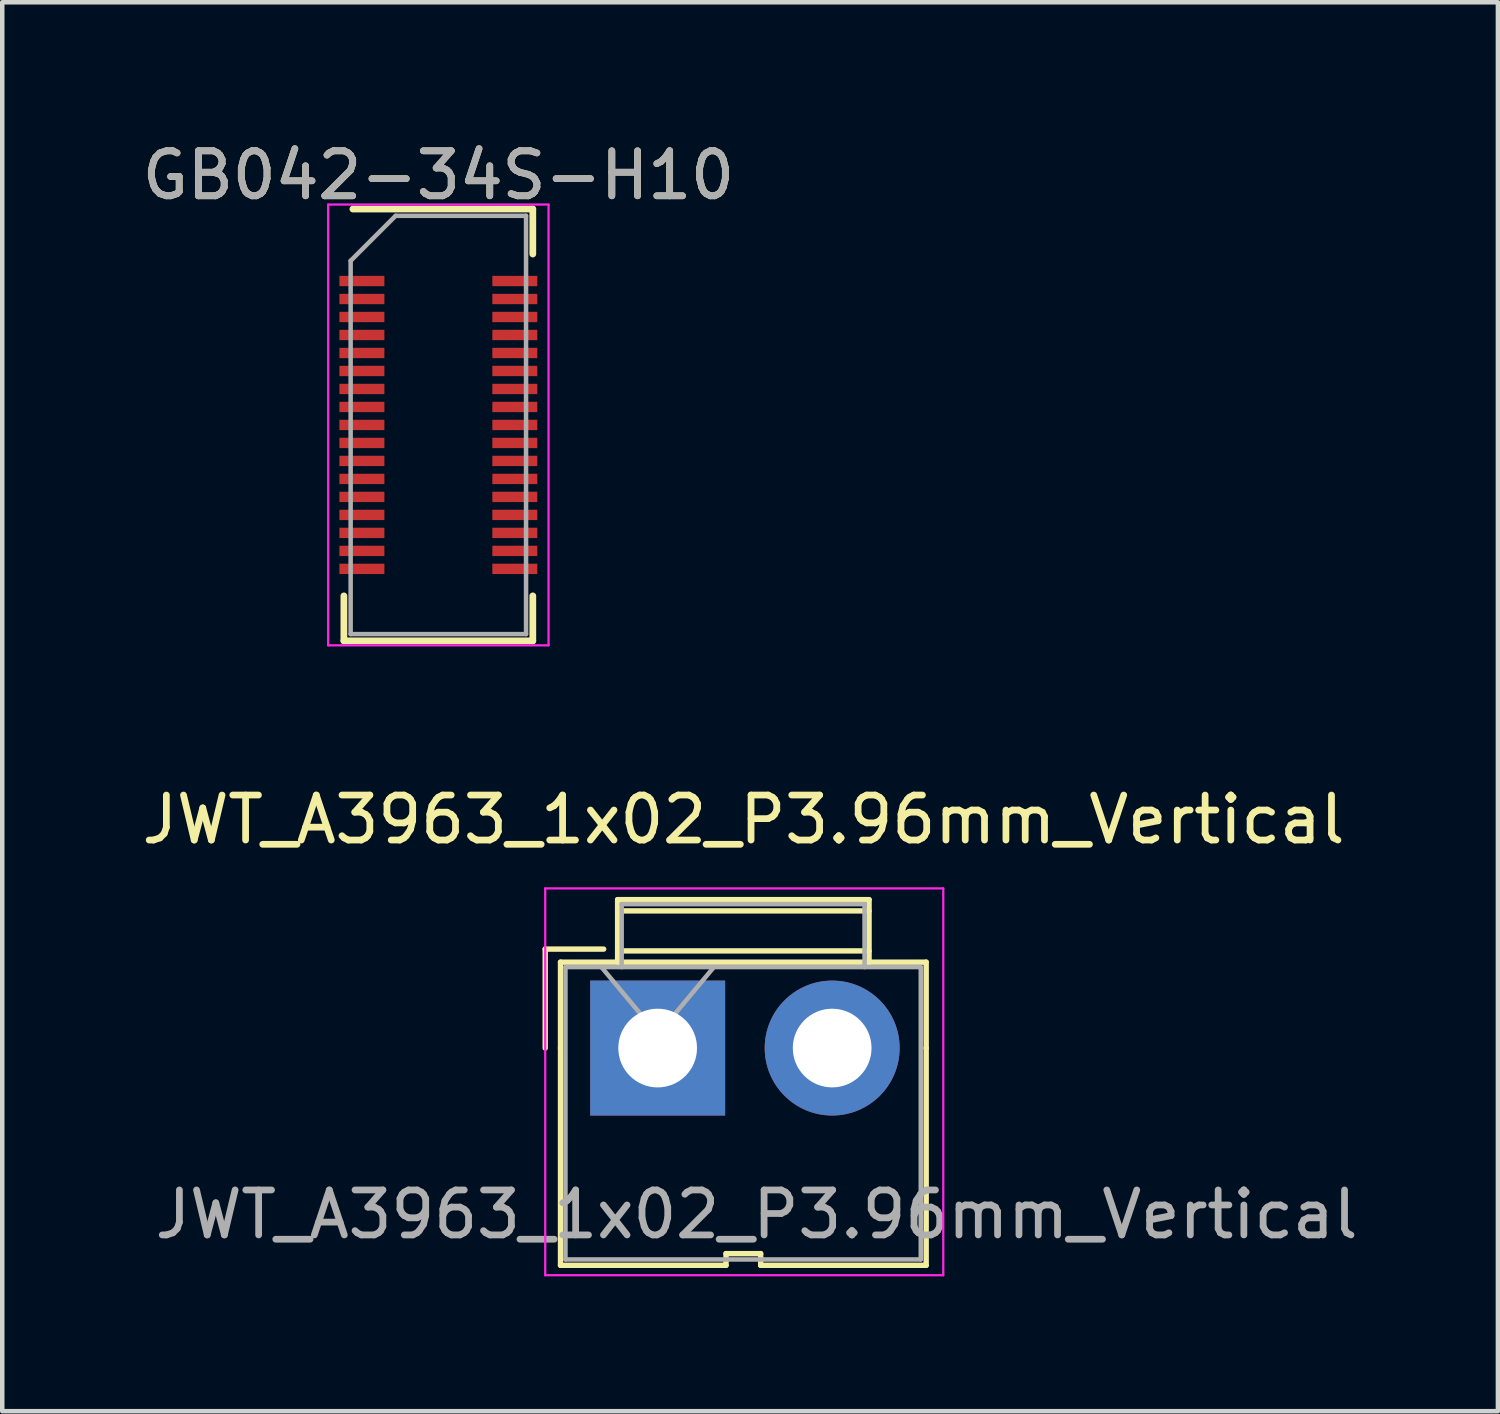
<source format=kicad_pcb>
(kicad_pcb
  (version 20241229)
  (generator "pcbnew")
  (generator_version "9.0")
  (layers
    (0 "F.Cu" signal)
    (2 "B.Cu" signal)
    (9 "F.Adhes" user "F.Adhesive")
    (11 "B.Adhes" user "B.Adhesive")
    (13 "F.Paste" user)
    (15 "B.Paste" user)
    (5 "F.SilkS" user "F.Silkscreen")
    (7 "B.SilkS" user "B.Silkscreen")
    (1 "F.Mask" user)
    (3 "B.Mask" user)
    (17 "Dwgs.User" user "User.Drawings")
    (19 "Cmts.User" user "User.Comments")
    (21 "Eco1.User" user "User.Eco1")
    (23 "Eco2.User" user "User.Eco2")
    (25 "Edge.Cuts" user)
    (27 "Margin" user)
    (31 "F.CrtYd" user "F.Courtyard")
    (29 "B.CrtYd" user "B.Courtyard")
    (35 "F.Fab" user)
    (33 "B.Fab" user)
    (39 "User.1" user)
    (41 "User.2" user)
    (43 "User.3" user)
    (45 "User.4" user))
  (footprint "GB042-34S-H10"
    (layer "F.Cu")
    (at 6.696 6.398)
    (property "Reference" "GB042-34S-H10" (at 0 -5.55 0) (layer "F.SilkS") (effects (font (size 1 1) (thickness 0.15))))
    (attr smd)
    (fp_line (start -2.1 4.8) (end -2.1 3.8) (stroke (width 0.15) (type solid)) (layer "F.SilkS"))
    (fp_line (start -1.9 -4.8) (end 2.1 -4.8) (stroke (width 0.15) (type solid)) (layer "F.SilkS"))
    (fp_line (start 2.1 -4.8) (end 2.1 -3.8) (stroke (width 0.15) (type solid)) (layer "F.SilkS"))
    (fp_line (start 2.1 4.8) (end -2.1 4.8) (stroke (width 0.15) (type solid)) (layer "F.SilkS"))
    (fp_line (start 2.1 4.8) (end 2.1 3.8) (stroke (width 0.15) (type solid)) (layer "F.SilkS"))
    (fp_line (start -2.45 -4.9) (end 2.45 -4.9) (stroke (width 0.05) (type solid)) (layer "F.CrtYd"))
    (fp_line (start -2.45 4.9) (end -2.45 -4.9) (stroke (width 0.05) (type solid)) (layer "F.CrtYd"))
    (fp_line (start 2.45 -4.9) (end 2.45 4.9) (stroke (width 0.05) (type solid)) (layer "F.CrtYd"))
    (fp_line (start 2.45 4.9) (end -2.45 4.9) (stroke (width 0.05) (type solid)) (layer "F.CrtYd"))
    (fp_line (start -1.95 -3.65) (end -0.95 -4.65) (stroke (width 0.1) (type solid)) (layer "F.Fab"))
    (fp_line (start -1.95 4.65) (end -1.95 -3.65) (stroke (width 0.1) (type solid)) (layer "F.Fab"))
    (fp_line (start -0.95 -4.65) (end 1.95 -4.65) (stroke (width 0.1) (type solid)) (layer "F.Fab"))
    (fp_line (start 1.95 -4.65) (end 1.95 4.65) (stroke (width 0.1) (type solid)) (layer "F.Fab"))
    (fp_line (start 1.95 4.65) (end -1.95 4.65) (stroke (width 0.1) (type solid)) (layer "F.Fab"))
    (fp_text user "${REFERENCE}" (at 0 -5.55 0) (layer "F.Fab") (effects (font (size 1 1) (thickness 0.15))))
    (pad "1" smd rect (at -1.7 -3.2 270) (size 0.23 1) (layers "F.Cu" "F.Mask" "F.Paste"))
    (pad "2" smd rect (at -1.7 -2.8 270) (size 0.23 1) (layers "F.Cu" "F.Mask" "F.Paste"))
    (pad "3" smd rect (at -1.7 -2.4 270) (size 0.23 1) (layers "F.Cu" "F.Mask" "F.Paste"))
    (pad "4" smd rect (at -1.7 -2 270) (size 0.23 1) (layers "F.Cu" "F.Mask" "F.Paste"))
    (pad "5" smd rect (at -1.7 -1.6 270) (size 0.23 1) (layers "F.Cu" "F.Mask" "F.Paste"))
    (pad "6" smd rect (at -1.7 -1.2 270) (size 0.23 1) (layers "F.Cu" "F.Mask" "F.Paste"))
    (pad "7" smd rect (at -1.7 -0.8 270) (size 0.23 1) (layers "F.Cu" "F.Mask" "F.Paste"))
    (pad "8" smd rect (at -1.7 -0.4 270) (size 0.23 1) (layers "F.Cu" "F.Mask" "F.Paste"))
    (pad "9" smd rect (at -1.7 0 270) (size 0.23 1) (layers "F.Cu" "F.Mask" "F.Paste"))
    (pad "10" smd rect (at -1.7 0.4 270) (size 0.23 1) (layers "F.Cu" "F.Mask" "F.Paste"))
    (pad "11" smd rect (at -1.7 0.8 270) (size 0.23 1) (layers "F.Cu" "F.Mask" "F.Paste"))
    (pad "12" smd rect (at -1.7 1.2 270) (size 0.23 1) (layers "F.Cu" "F.Mask" "F.Paste"))
    (pad "13" smd rect (at -1.7 1.6 270) (size 0.23 1) (layers "F.Cu" "F.Mask" "F.Paste"))
    (pad "14" smd rect (at -1.7 2 270) (size 0.23 1) (layers "F.Cu" "F.Mask" "F.Paste"))
    (pad "15" smd rect (at -1.7 2.4 270) (size 0.23 1) (layers "F.Cu" "F.Mask" "F.Paste"))
    (pad "16" smd rect (at -1.7 2.8 270) (size 0.23 1) (layers "F.Cu" "F.Mask" "F.Paste"))
    (pad "17" smd rect (at -1.7 3.2 270) (size 0.23 1) (layers "F.Cu" "F.Mask" "F.Paste"))
    (pad "18" smd rect (at 1.7 3.2 270) (size 0.23 1) (layers "F.Cu" "F.Mask" "F.Paste"))
    (pad "19" smd rect (at 1.7 2.8 270) (size 0.23 1) (layers "F.Cu" "F.Mask" "F.Paste"))
    (pad "20" smd rect (at 1.7 2.4 270) (size 0.23 1) (layers "F.Cu" "F.Mask" "F.Paste"))
    (pad "21" smd rect (at 1.7 2 270) (size 0.23 1) (layers "F.Cu" "F.Mask" "F.Paste"))
    (pad "22" smd rect (at 1.7 1.6 270) (size 0.23 1) (layers "F.Cu" "F.Mask" "F.Paste"))
    (pad "23" smd rect (at 1.7 1.2 270) (size 0.23 1) (layers "F.Cu" "F.Mask" "F.Paste"))
    (pad "24" smd rect (at 1.7 0.8 270) (size 0.23 1) (layers "F.Cu" "F.Mask" "F.Paste"))
    (pad "25" smd rect (at 1.7 0.4 270) (size 0.23 1) (layers "F.Cu" "F.Mask" "F.Paste"))
    (pad "26" smd rect (at 1.7 0 270) (size 0.23 1) (layers "F.Cu" "F.Mask" "F.Paste"))
    (pad "27" smd rect (at 1.7 -0.4 270) (size 0.23 1) (layers "F.Cu" "F.Mask" "F.Paste"))
    (pad "28" smd rect (at 1.7 -0.8 270) (size 0.23 1) (layers "F.Cu" "F.Mask" "F.Paste"))
    (pad "29" smd rect (at 1.7 -1.2 270) (size 0.23 1) (layers "F.Cu" "F.Mask" "F.Paste"))
    (pad "30" smd rect (at 1.7 -1.6 270) (size 0.23 1) (layers "F.Cu" "F.Mask" "F.Paste"))
    (pad "31" smd rect (at 1.7 -2 270) (size 0.23 1) (layers "F.Cu" "F.Mask" "F.Paste"))
    (pad "32" smd rect (at 1.7 -2.4 270) (size 0.23 1) (layers "F.Cu" "F.Mask" "F.Paste"))
    (pad "33" smd rect (at 1.7 -2.8 270) (size 0.23 1) (layers "F.Cu" "F.Mask" "F.Paste"))
    (pad "34" smd rect (at 1.7 -3.2 270) (size 0.23 1) (layers "F.Cu" "F.Mask" "F.Paste")))
  (footprint "JWT_A3963_1x02_P3.96mm_Vertical"
    (layer "F.Cu")
    (at 11.572 20.252)
    (property "Reference" "JWT_A3963_1x02_P3.96mm_Vertical" (at 1.91 -5.08 0) (layer "F.SilkS") (effects (font (size 1 1) (thickness 0.15))))
    (attr through_hole)
    (fp_line (start -2.5 -2.2) (end -2.5 0) (stroke (width 0.12) (type solid)) (layer "F.SilkS"))
    (fp_line (start -2.16 -1.91) (end -2.16 0) (stroke (width 0.12) (type solid)) (layer "F.SilkS"))
    (fp_line (start -2.16 -1.91) (end 5.97 -1.91) (stroke (width 0.12) (type solid)) (layer "F.SilkS"))
    (fp_line (start -2.16 0) (end -2.16 4.83) (stroke (width 0.12) (type solid)) (layer "F.SilkS"))
    (fp_line (start -1.2 -2.2) (end -2.5 -2.2) (stroke (width 0.12) (type solid)) (layer "F.SilkS"))
    (fp_line (start -0.89 -3.3) (end 4.7 -3.3) (stroke (width 0.12) (type solid)) (layer "F.SilkS"))
    (fp_line (start -0.89 -3.05) (end 4.7 -3.05) (stroke (width 0.12) (type solid)) (layer "F.SilkS"))
    (fp_line (start -0.89 -2.16) (end 4.7 -2.16) (stroke (width 0.12) (type solid)) (layer "F.SilkS"))
    (fp_line (start -0.89 -1.91) (end -0.89 -3.3) (stroke (width 0.12) (type solid)) (layer "F.SilkS"))
    (fp_line (start 1.52 4.57) (end 2.29 4.57) (stroke (width 0.12) (type solid)) (layer "F.SilkS"))
    (fp_line (start 1.52 4.83) (end -2.16 4.83) (stroke (width 0.12) (type solid)) (layer "F.SilkS"))
    (fp_line (start 1.52 4.83) (end 1.52 4.57) (stroke (width 0.12) (type solid)) (layer "F.SilkS"))
    (fp_line (start 2.29 4.57) (end 2.29 4.83) (stroke (width 0.12) (type solid)) (layer "F.SilkS"))
    (fp_line (start 2.29 4.83) (end 5.97 4.83) (stroke (width 0.12) (type solid)) (layer "F.SilkS"))
    (fp_line (start 4.7 -1.91) (end 4.7 -3.3) (stroke (width 0.12) (type solid)) (layer "F.SilkS"))
    (fp_line (start 5.97 -1.91) (end 5.97 0) (stroke (width 0.12) (type solid)) (layer "F.SilkS"))
    (fp_line (start 5.97 4.83) (end 5.97 0) (stroke (width 0.12) (type solid)) (layer "F.SilkS"))
    (fp_line (start -2.5 -3.55) (end 6.35 -3.55) (stroke (width 0.05) (type solid)) (layer "F.CrtYd"))
    (fp_line (start -2.5 5.05) (end -2.5 -3.55) (stroke (width 0.05) (type solid)) (layer "F.CrtYd"))
    (fp_line (start 6.35 -3.55) (end 6.35 5.05) (stroke (width 0.05) (type solid)) (layer "F.CrtYd"))
    (fp_line (start 6.35 5.05) (end -2.5 5.05) (stroke (width 0.05) (type solid)) (layer "F.CrtYd"))
    (fp_line (start -2.05 -1.8) (end 5.85 -1.8) (stroke (width 0.1) (type solid)) (layer "F.Fab"))
    (fp_line (start -2.05 4.7) (end -2.05 -1.8) (stroke (width 0.1) (type solid)) (layer "F.Fab"))
    (fp_line (start -1.25 -1.8) (end 0 -0.3) (stroke (width 0.1) (type solid)) (layer "F.Fab"))
    (fp_line (start -0.8 -3.2) (end 4.6 -3.2) (stroke (width 0.1) (type solid)) (layer "F.Fab"))
    (fp_line (start -0.8 -1.8) (end -0.8 -3.2) (stroke (width 0.1) (type solid)) (layer "F.Fab"))
    (fp_line (start 0 -0.3) (end 1.25 -1.8) (stroke (width 0.1) (type solid)) (layer "F.Fab"))
    (fp_line (start 4.6 -3.2) (end 4.6 -1.8) (stroke (width 0.1) (type solid)) (layer "F.Fab"))
    (fp_line (start 5.85 -1.8) (end 5.85 4.7) (stroke (width 0.1) (type solid)) (layer "F.Fab"))
    (fp_line (start 5.85 4.7) (end -2.05 4.7) (stroke (width 0.1) (type solid)) (layer "F.Fab"))
    (fp_text user "${REFERENCE}" (at 2.2 3.7 0) (layer "F.Fab") (effects (font (size 1 1) (thickness 0.15))))
    (pad "1" thru_hole rect (at 0 0) (size 3 3) (drill 1.75) (layers "*.Cu" "*.Mask"))
    (pad "2" thru_hole circle (at 3.88 0) (size 3 3) (drill 1.75) (layers "*.Cu" "*.Mask")))
  (gr_rect
    (start -3 -3)
    (end 30.254 28.326)
    (stroke (width 0.1) (type default))
    (fill no)
    (layer "Edge.Cuts")))
</source>
